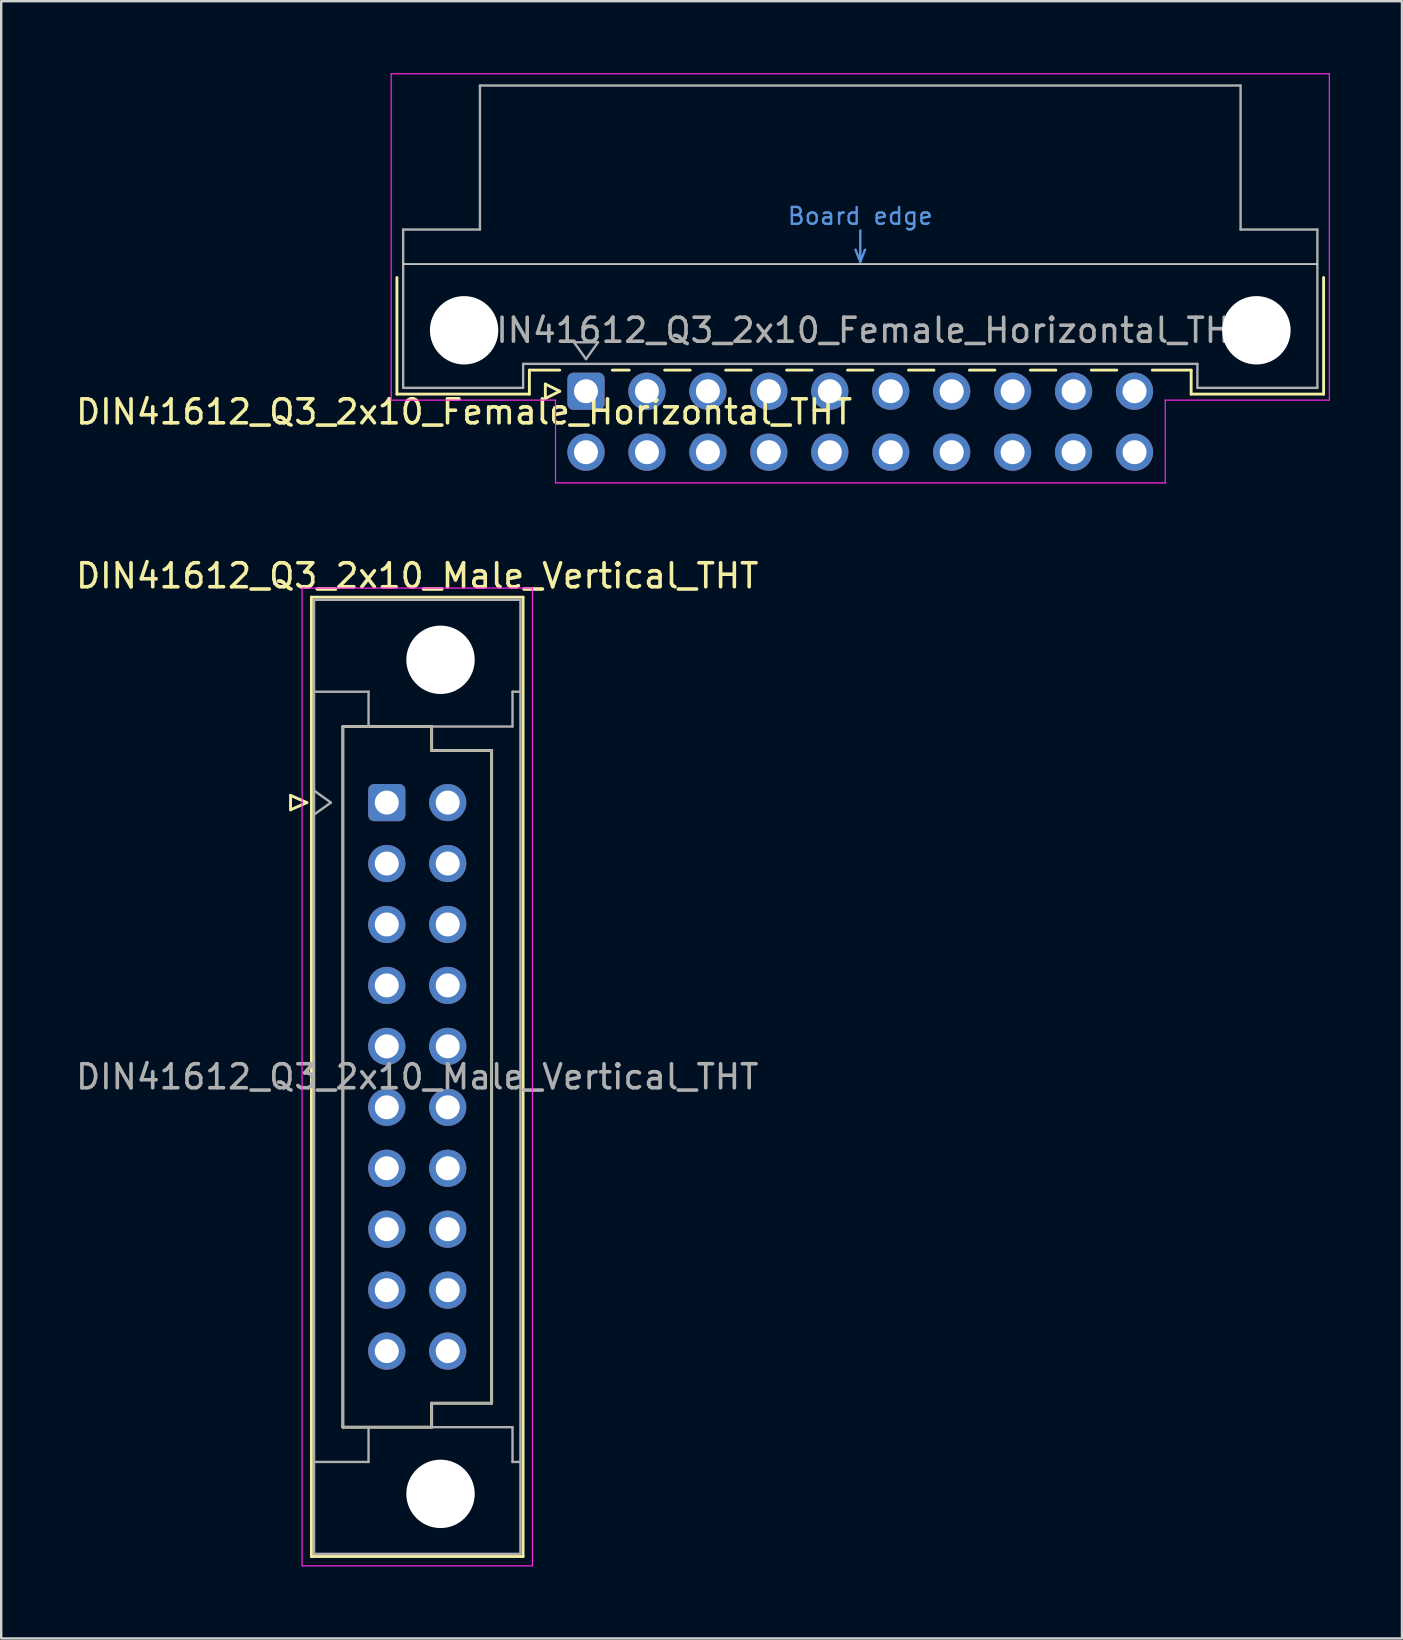
<source format=kicad_pcb>
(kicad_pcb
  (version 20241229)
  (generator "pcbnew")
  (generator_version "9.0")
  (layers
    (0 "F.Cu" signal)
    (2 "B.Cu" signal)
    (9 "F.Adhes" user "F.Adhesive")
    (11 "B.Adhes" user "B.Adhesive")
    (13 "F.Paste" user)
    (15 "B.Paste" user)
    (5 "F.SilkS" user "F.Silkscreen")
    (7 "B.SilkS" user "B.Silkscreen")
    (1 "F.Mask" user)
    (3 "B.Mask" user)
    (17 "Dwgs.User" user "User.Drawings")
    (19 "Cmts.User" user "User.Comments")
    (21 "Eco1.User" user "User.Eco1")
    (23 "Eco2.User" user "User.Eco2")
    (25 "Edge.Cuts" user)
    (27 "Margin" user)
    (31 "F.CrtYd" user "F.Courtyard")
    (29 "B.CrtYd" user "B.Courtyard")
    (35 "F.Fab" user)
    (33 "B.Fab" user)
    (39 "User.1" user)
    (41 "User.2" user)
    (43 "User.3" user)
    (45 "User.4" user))
  (footprint "DIN41612_Q3_2x10_Female_Horizontal_THT"
    (layer "F.Cu")
    (at 21.372 13.255)
    (property "Reference" "DIN41612_Q3_2x10_Female_Horizontal_THT" (at -5.08 0.86 0) (layer "F.SilkS") (effects (font (size 1 1) (thickness 0.15))))
    (attr through_hole)
    (fp_line (start -7.88 -4.74) (end -7.88 0.12) (stroke (width 0.12) (type solid)) (layer "F.SilkS"))
    (fp_line (start -7.88 0.12) (end -2.36 0.12) (stroke (width 0.12) (type solid)) (layer "F.SilkS"))
    (fp_line (start -2.361 -0.88) (end -1.095 -0.88) (stroke (width 0.12) (type solid)) (layer "F.SilkS"))
    (fp_line (start -2.36 0.12) (end -2.36 -0.88) (stroke (width 0.12) (type solid)) (layer "F.SilkS"))
    (fp_line (start -1.695 -0.3) (end -1.695 0.3) (stroke (width 0.12) (type solid)) (layer "F.SilkS"))
    (fp_line (start -1.695 0.3) (end -1.095 0) (stroke (width 0.12) (type solid)) (layer "F.SilkS"))
    (fp_line (start -1.095 0) (end -1.695 -0.3) (stroke (width 0.12) (type solid)) (layer "F.SilkS"))
    (fp_line (start 1.095 -0.88) (end 1.801 -0.88) (stroke (width 0.12) (type solid)) (layer "F.SilkS"))
    (fp_line (start 3.28 -0.88) (end 4.341 -0.88) (stroke (width 0.12) (type solid)) (layer "F.SilkS"))
    (fp_line (start 5.82 -0.88) (end 6.881 -0.88) (stroke (width 0.12) (type solid)) (layer "F.SilkS"))
    (fp_line (start 8.36 -0.88) (end 9.421 -0.88) (stroke (width 0.12) (type solid)) (layer "F.SilkS"))
    (fp_line (start 10.9 -0.88) (end 11.961 -0.88) (stroke (width 0.12) (type solid)) (layer "F.SilkS"))
    (fp_line (start 13.44 -0.88) (end 14.501 -0.88) (stroke (width 0.12) (type solid)) (layer "F.SilkS"))
    (fp_line (start 15.98 -0.88) (end 17.041 -0.88) (stroke (width 0.12) (type solid)) (layer "F.SilkS"))
    (fp_line (start 18.52 -0.88) (end 19.581 -0.88) (stroke (width 0.12) (type solid)) (layer "F.SilkS"))
    (fp_line (start 21.06 -0.88) (end 22.121 -0.88) (stroke (width 0.12) (type solid)) (layer "F.SilkS"))
    (fp_line (start 23.6 -0.88) (end 25.22 -0.88) (stroke (width 0.12) (type solid)) (layer "F.SilkS"))
    (fp_line (start 25.22 0.12) (end 25.22 -0.88) (stroke (width 0.12) (type solid)) (layer "F.SilkS"))
    (fp_line (start 30.74 -4.74) (end 30.74 0.12) (stroke (width 0.12) (type solid)) (layer "F.SilkS"))
    (fp_line (start 30.74 0.12) (end 25.22 0.12) (stroke (width 0.12) (type solid)) (layer "F.SilkS"))
    (fp_line (start -7.62 -5.3) (end 30.48 -5.3) (stroke (width 0.08) (type solid)) (layer "Dwgs.User"))
    (fp_line (start 11.23 -5.9) (end 11.43 -5.4) (stroke (width 0.1) (type solid)) (layer "Cmts.User"))
    (fp_line (start 11.43 -5.4) (end 11.43 -6.7) (stroke (width 0.1) (type solid)) (layer "Cmts.User"))
    (fp_line (start 11.43 -5.4) (end 11.63 -5.9) (stroke (width 0.1) (type solid)) (layer "Cmts.User"))
    (fp_line (start -8.12 -13.23) (end -8.12 0.37) (stroke (width 0.05) (type solid)) (layer "F.CrtYd"))
    (fp_line (start -8.12 0.37) (end -1.27 0.37) (stroke (width 0.05) (type solid)) (layer "F.CrtYd"))
    (fp_line (start -1.27 0.37) (end -1.27 3.82) (stroke (width 0.05) (type solid)) (layer "F.CrtYd"))
    (fp_line (start -1.27 3.82) (end 24.14 3.82) (stroke (width 0.05) (type solid)) (layer "F.CrtYd"))
    (fp_line (start 24.14 0.37) (end 30.98 0.37) (stroke (width 0.05) (type solid)) (layer "F.CrtYd"))
    (fp_line (start 24.14 3.82) (end 24.14 0.37) (stroke (width 0.05) (type solid)) (layer "F.CrtYd"))
    (fp_line (start 30.98 -13.23) (end -8.12 -13.23) (stroke (width 0.05) (type solid)) (layer "F.CrtYd"))
    (fp_line (start 30.98 0.37) (end 30.98 -13.23) (stroke (width 0.05) (type solid)) (layer "F.CrtYd"))
    (fp_line (start -7.62 -6.74) (end -7.62 -0.14) (stroke (width 0.1) (type solid)) (layer "F.Fab"))
    (fp_line (start -7.62 -0.14) (end -2.62 -0.14) (stroke (width 0.1) (type solid)) (layer "F.Fab"))
    (fp_line (start -4.42 -12.74) (end -4.42 -6.74) (stroke (width 0.1) (type solid)) (layer "F.Fab"))
    (fp_line (start -4.42 -6.74) (end -7.62 -6.74) (stroke (width 0.1) (type solid)) (layer "F.Fab"))
    (fp_line (start -2.62 -1.14) (end 25.48 -1.14) (stroke (width 0.1) (type solid)) (layer "F.Fab"))
    (fp_line (start -2.62 -0.14) (end -2.62 -1.14) (stroke (width 0.1) (type solid)) (layer "F.Fab"))
    (fp_line (start -0.5 -2.04) (end 0.5 -2.04) (stroke (width 0.1) (type solid)) (layer "F.Fab"))
    (fp_line (start 0 -1.34) (end -0.5 -2.04) (stroke (width 0.1) (type solid)) (layer "F.Fab"))
    (fp_line (start 0.5 -2.04) (end 0 -1.34) (stroke (width 0.1) (type solid)) (layer "F.Fab"))
    (fp_line (start 25.48 -1.14) (end 25.48 -0.14) (stroke (width 0.1) (type solid)) (layer "F.Fab"))
    (fp_line (start 25.48 -0.14) (end 30.48 -0.14) (stroke (width 0.1) (type solid)) (layer "F.Fab"))
    (fp_line (start 27.28 -12.74) (end -4.42 -12.74) (stroke (width 0.1) (type solid)) (layer "F.Fab"))
    (fp_line (start 27.28 -6.74) (end 27.28 -12.74) (stroke (width 0.1) (type solid)) (layer "F.Fab"))
    (fp_line (start 30.48 -6.74) (end 27.28 -6.74) (stroke (width 0.1) (type solid)) (layer "F.Fab"))
    (fp_line (start 30.48 -0.14) (end 30.48 -6.74) (stroke (width 0.1) (type solid)) (layer "F.Fab"))
    (fp_text user "Board edge" (at 11.43 -7.3 0) (layer "Cmts.User") (effects (font (size 0.7 0.7) (thickness 0.1))))
    (fp_text user "${REFERENCE}" (at 11.43 -2.54 0) (layer "F.Fab") (effects (font (size 1 1) (thickness 0.15))))
    (pad "" np_thru_hole circle (at -5.08 -2.54) (size 2.85 2.85) (drill 2.85) (layers "*.Cu" "*.Mask"))
    (pad "" np_thru_hole circle (at 27.94 -2.54) (size 2.85 2.85) (drill 2.85) (layers "*.Cu" "*.Mask"))
    (pad "a1" thru_hole roundrect (at 0 0) (size 1.55 1.55) (drill 1) (layers "*.Cu" "*.Mask") (roundrect_rratio 0.161))
    (pad "a2" thru_hole circle (at 2.54 0) (size 1.55 1.55) (drill 1) (layers "*.Cu" "*.Mask"))
    (pad "a3" thru_hole circle (at 5.08 0) (size 1.55 1.55) (drill 1) (layers "*.Cu" "*.Mask"))
    (pad "a4" thru_hole circle (at 7.62 0) (size 1.55 1.55) (drill 1) (layers "*.Cu" "*.Mask"))
    (pad "a5" thru_hole circle (at 10.16 0) (size 1.55 1.55) (drill 1) (layers "*.Cu" "*.Mask"))
    (pad "a6" thru_hole circle (at 12.7 0) (size 1.55 1.55) (drill 1) (layers "*.Cu" "*.Mask"))
    (pad "a7" thru_hole circle (at 15.24 0) (size 1.55 1.55) (drill 1) (layers "*.Cu" "*.Mask"))
    (pad "a8" thru_hole circle (at 17.78 0) (size 1.55 1.55) (drill 1) (layers "*.Cu" "*.Mask"))
    (pad "a9" thru_hole circle (at 20.32 0) (size 1.55 1.55) (drill 1) (layers "*.Cu" "*.Mask"))
    (pad "a10" thru_hole circle (at 22.86 0) (size 1.55 1.55) (drill 1) (layers "*.Cu" "*.Mask"))
    (pad "b1" thru_hole circle (at 0 2.54) (size 1.55 1.55) (drill 1) (layers "*.Cu" "*.Mask"))
    (pad "b2" thru_hole circle (at 2.54 2.54) (size 1.55 1.55) (drill 1) (layers "*.Cu" "*.Mask"))
    (pad "b3" thru_hole circle (at 5.08 2.54) (size 1.55 1.55) (drill 1) (layers "*.Cu" "*.Mask"))
    (pad "b4" thru_hole circle (at 7.62 2.54) (size 1.55 1.55) (drill 1) (layers "*.Cu" "*.Mask"))
    (pad "b5" thru_hole circle (at 10.16 2.54) (size 1.55 1.55) (drill 1) (layers "*.Cu" "*.Mask"))
    (pad "b6" thru_hole circle (at 12.7 2.54) (size 1.55 1.55) (drill 1) (layers "*.Cu" "*.Mask"))
    (pad "b7" thru_hole circle (at 15.24 2.54) (size 1.55 1.55) (drill 1) (layers "*.Cu" "*.Mask"))
    (pad "b8" thru_hole circle (at 17.78 2.54) (size 1.55 1.55) (drill 1) (layers "*.Cu" "*.Mask"))
    (pad "b9" thru_hole circle (at 20.32 2.54) (size 1.55 1.55) (drill 1) (layers "*.Cu" "*.Mask"))
    (pad "b10" thru_hole circle (at 22.86 2.54) (size 1.55 1.55) (drill 1) (layers "*.Cu" "*.Mask")))
  (footprint "DIN41612_Q3_2x10_Male_Vertical_THT"
    (layer "F.Cu")
    (at 13.069 30.398)
    (property "Reference" "DIN41612_Q3_2x10_Male_Vertical_THT" (at 1.27 -9.45 0) (layer "F.SilkS") (effects (font (size 1 1) (thickness 0.15))))
    (attr through_hole)
    (fp_line (start -4.01 -0.3) (end -4.01 0.3) (stroke (width 0.12) (type solid)) (layer "F.SilkS"))
    (fp_line (start -4.01 0.3) (end -3.33 0) (stroke (width 0.12) (type solid)) (layer "F.SilkS"))
    (fp_line (start -3.33 0) (end -4.01 -0.3) (stroke (width 0.12) (type solid)) (layer "F.SilkS"))
    (fp_line (start -3.14 -8.56) (end 5.68 -8.56) (stroke (width 0.12) (type solid)) (layer "F.SilkS"))
    (fp_line (start -3.14 31.42) (end -3.14 -8.56) (stroke (width 0.12) (type solid)) (layer "F.SilkS"))
    (fp_line (start -1.83 -3.17) (end 1.87 -3.17) (stroke (width 0.12) (type solid)) (layer "F.SilkS"))
    (fp_line (start -1.83 26.03) (end -1.83 -3.17) (stroke (width 0.12) (type solid)) (layer "F.SilkS"))
    (fp_line (start 1.87 -3.17) (end 1.87 -2.17) (stroke (width 0.12) (type solid)) (layer "F.SilkS"))
    (fp_line (start 1.87 -2.17) (end 4.37 -2.17) (stroke (width 0.12) (type solid)) (layer "F.SilkS"))
    (fp_line (start 1.87 25.03) (end 1.87 26.03) (stroke (width 0.12) (type solid)) (layer "F.SilkS"))
    (fp_line (start 1.87 26.03) (end -1.83 26.03) (stroke (width 0.12) (type solid)) (layer "F.SilkS"))
    (fp_line (start 4.37 -2.17) (end 4.37 25.03) (stroke (width 0.12) (type solid)) (layer "F.SilkS"))
    (fp_line (start 4.37 25.03) (end 1.87 25.03) (stroke (width 0.12) (type solid)) (layer "F.SilkS"))
    (fp_line (start 5.68 -8.56) (end 5.68 31.42) (stroke (width 0.12) (type solid)) (layer "F.SilkS"))
    (fp_line (start 5.68 31.42) (end -3.14 31.42) (stroke (width 0.12) (type solid)) (layer "F.SilkS"))
    (fp_line (start -3.53 -8.94) (end 6.07 -8.94) (stroke (width 0.05) (type solid)) (layer "F.CrtYd"))
    (fp_line (start -3.53 31.81) (end -3.53 -8.94) (stroke (width 0.05) (type solid)) (layer "F.CrtYd"))
    (fp_line (start 6.07 -8.94) (end 6.07 31.81) (stroke (width 0.05) (type solid)) (layer "F.CrtYd"))
    (fp_line (start 6.07 31.81) (end -3.53 31.81) (stroke (width 0.05) (type solid)) (layer "F.CrtYd"))
    (fp_line (start -3.03 -8.45) (end 5.57 -8.45) (stroke (width 0.1) (type solid)) (layer "F.Fab"))
    (fp_line (start -3.03 -4.62) (end -0.76 -4.62) (stroke (width 0.1) (type solid)) (layer "F.Fab"))
    (fp_line (start -3.03 -0.5) (end -2.33 0) (stroke (width 0.1) (type solid)) (layer "F.Fab"))
    (fp_line (start -3.03 27.48) (end -0.76 27.48) (stroke (width 0.1) (type solid)) (layer "F.Fab"))
    (fp_line (start -3.03 31.31) (end -3.03 -8.45) (stroke (width 0.1) (type solid)) (layer "F.Fab"))
    (fp_line (start -2.33 0) (end -3.03 0.5) (stroke (width 0.1) (type solid)) (layer "F.Fab"))
    (fp_line (start -1.83 -3.17) (end 1.87 -3.17) (stroke (width 0.1) (type solid)) (layer "F.Fab"))
    (fp_line (start -1.83 26.03) (end -1.83 -3.17) (stroke (width 0.1) (type solid)) (layer "F.Fab"))
    (fp_line (start -0.76 -4.62) (end -0.76 -3.17) (stroke (width 0.1) (type solid)) (layer "F.Fab"))
    (fp_line (start -0.76 27.48) (end -0.76 26.03) (stroke (width 0.1) (type solid)) (layer "F.Fab"))
    (fp_line (start 1.87 -3.17) (end 1.87 -2.17) (stroke (width 0.1) (type solid)) (layer "F.Fab"))
    (fp_line (start 1.87 -3.17) (end 5.24 -3.17) (stroke (width 0.1) (type solid)) (layer "F.Fab"))
    (fp_line (start 1.87 -2.17) (end 4.37 -2.17) (stroke (width 0.1) (type solid)) (layer "F.Fab"))
    (fp_line (start 1.87 25.03) (end 1.87 26.03) (stroke (width 0.1) (type solid)) (layer "F.Fab"))
    (fp_line (start 1.87 26.03) (end -1.83 26.03) (stroke (width 0.1) (type solid)) (layer "F.Fab"))
    (fp_line (start 1.87 26.03) (end 5.24 26.03) (stroke (width 0.1) (type solid)) (layer "F.Fab"))
    (fp_line (start 4.37 -2.17) (end 4.37 25.03) (stroke (width 0.1) (type solid)) (layer "F.Fab"))
    (fp_line (start 4.37 25.03) (end 1.87 25.03) (stroke (width 0.1) (type solid)) (layer "F.Fab"))
    (fp_line (start 5.24 -4.62) (end 5.57 -4.62) (stroke (width 0.1) (type solid)) (layer "F.Fab"))
    (fp_line (start 5.24 -3.17) (end 5.24 -4.62) (stroke (width 0.1) (type solid)) (layer "F.Fab"))
    (fp_line (start 5.24 26.03) (end 5.24 27.48) (stroke (width 0.1) (type solid)) (layer "F.Fab"))
    (fp_line (start 5.24 27.48) (end 5.57 27.48) (stroke (width 0.1) (type solid)) (layer "F.Fab"))
    (fp_line (start 5.57 -8.45) (end 5.57 31.31) (stroke (width 0.1) (type solid)) (layer "F.Fab"))
    (fp_line (start 5.57 31.31) (end -3.03 31.31) (stroke (width 0.1) (type solid)) (layer "F.Fab"))
    (fp_text user "${REFERENCE}" (at 1.27 11.43 0) (layer "F.Fab") (effects (font (size 1 1) (thickness 0.15))))
    (pad "" np_thru_hole circle (at 2.24 -5.95) (size 2.85 2.85) (drill 2.85) (layers "*.Cu" "*.Mask"))
    (pad "" np_thru_hole circle (at 2.24 28.81) (size 2.85 2.85) (drill 2.85) (layers "*.Cu" "*.Mask"))
    (pad "a1" thru_hole roundrect (at 0 0) (size 1.55 1.55) (drill 1) (layers "*.Cu" "*.Mask") (roundrect_rratio 0.161))
    (pad "a2" thru_hole circle (at 0 2.54) (size 1.55 1.55) (drill 1) (layers "*.Cu" "*.Mask"))
    (pad "a3" thru_hole circle (at 0 5.08) (size 1.55 1.55) (drill 1) (layers "*.Cu" "*.Mask"))
    (pad "a4" thru_hole circle (at 0 7.62) (size 1.55 1.55) (drill 1) (layers "*.Cu" "*.Mask"))
    (pad "a5" thru_hole circle (at 0 10.16) (size 1.55 1.55) (drill 1) (layers "*.Cu" "*.Mask"))
    (pad "a6" thru_hole circle (at 0 12.7) (size 1.55 1.55) (drill 1) (layers "*.Cu" "*.Mask"))
    (pad "a7" thru_hole circle (at 0 15.24) (size 1.55 1.55) (drill 1) (layers "*.Cu" "*.Mask"))
    (pad "a8" thru_hole circle (at 0 17.78) (size 1.55 1.55) (drill 1) (layers "*.Cu" "*.Mask"))
    (pad "a9" thru_hole circle (at 0 20.32) (size 1.55 1.55) (drill 1) (layers "*.Cu" "*.Mask"))
    (pad "a10" thru_hole circle (at 0 22.86) (size 1.55 1.55) (drill 1) (layers "*.Cu" "*.Mask"))
    (pad "b1" thru_hole circle (at 2.54 0) (size 1.55 1.55) (drill 1) (layers "*.Cu" "*.Mask"))
    (pad "b2" thru_hole circle (at 2.54 2.54) (size 1.55 1.55) (drill 1) (layers "*.Cu" "*.Mask"))
    (pad "b3" thru_hole circle (at 2.54 5.08) (size 1.55 1.55) (drill 1) (layers "*.Cu" "*.Mask"))
    (pad "b4" thru_hole circle (at 2.54 7.62) (size 1.55 1.55) (drill 1) (layers "*.Cu" "*.Mask"))
    (pad "b5" thru_hole circle (at 2.54 10.16) (size 1.55 1.55) (drill 1) (layers "*.Cu" "*.Mask"))
    (pad "b6" thru_hole circle (at 2.54 12.7) (size 1.55 1.55) (drill 1) (layers "*.Cu" "*.Mask"))
    (pad "b7" thru_hole circle (at 2.54 15.24) (size 1.55 1.55) (drill 1) (layers "*.Cu" "*.Mask"))
    (pad "b8" thru_hole circle (at 2.54 17.78) (size 1.55 1.55) (drill 1) (layers "*.Cu" "*.Mask"))
    (pad "b9" thru_hole circle (at 2.54 20.32) (size 1.55 1.55) (drill 1) (layers "*.Cu" "*.Mask"))
    (pad "b10" thru_hole circle (at 2.54 22.86) (size 1.55 1.55) (drill 1) (layers "*.Cu" "*.Mask")))
  (gr_rect
    (start -3 -3)
    (end 55.377 65.233)
    (stroke (width 0.1) (type default))
    (fill no)
    (layer "Edge.Cuts")))
</source>
